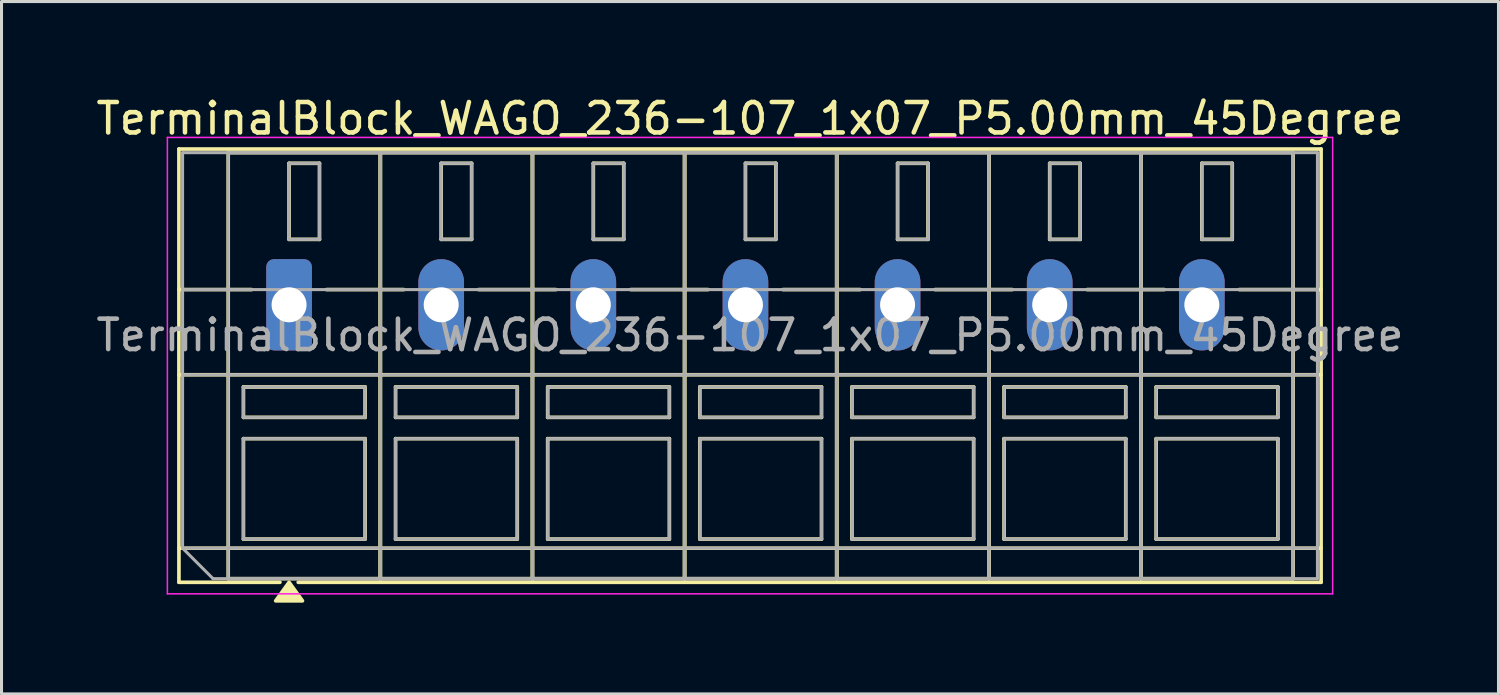
<source format=kicad_pcb>
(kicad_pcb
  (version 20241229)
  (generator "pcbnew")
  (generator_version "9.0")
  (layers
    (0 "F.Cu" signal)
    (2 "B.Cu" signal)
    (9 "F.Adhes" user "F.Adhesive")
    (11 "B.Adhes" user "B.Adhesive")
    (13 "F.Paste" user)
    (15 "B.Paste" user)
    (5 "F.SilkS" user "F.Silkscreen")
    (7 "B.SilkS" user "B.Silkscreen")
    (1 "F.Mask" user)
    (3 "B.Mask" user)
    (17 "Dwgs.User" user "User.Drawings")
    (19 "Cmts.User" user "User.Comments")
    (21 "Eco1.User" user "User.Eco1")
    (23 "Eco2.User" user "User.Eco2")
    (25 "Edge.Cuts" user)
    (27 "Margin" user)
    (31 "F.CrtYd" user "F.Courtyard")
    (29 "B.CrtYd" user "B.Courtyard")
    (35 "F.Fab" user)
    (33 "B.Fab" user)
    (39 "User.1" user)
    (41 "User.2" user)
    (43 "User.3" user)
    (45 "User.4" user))
  (footprint "TerminalBlock_WAGO_236-107_1x07_P5.00mm_45Degree"
    (layer "F.Cu")
    (at 6.451 6.968)
    (property "Reference" "TerminalBlock_WAGO_236-107_1x07_P5.00mm_45Degree" (at 15.15 -6.12 0) (layer "F.SilkS") (effects (font (size 1 1) (thickness 0.15))))
    (attr through_hole)
    (fp_line (start -3.62 -5.12) (end 33.92 -5.12) (stroke (width 0.12) (type solid)) (layer "F.SilkS"))
    (fp_line (start -3.62 -0.5) (end -1.23 -0.5) (stroke (width 0.12) (type solid)) (layer "F.SilkS"))
    (fp_line (start -3.62 2.3) (end 33.92 2.3) (stroke (width 0.12) (type solid)) (layer "F.SilkS"))
    (fp_line (start -3.62 8) (end 33.92 8) (stroke (width 0.12) (type solid)) (layer "F.SilkS"))
    (fp_line (start -3.62 9.12) (end -3.62 -5.12) (stroke (width 0.12) (type solid)) (layer "F.SilkS"))
    (fp_line (start -2 -5) (end 3 -5) (stroke (width 0.12) (type solid)) (layer "F.SilkS"))
    (fp_line (start -2 9) (end -2 -5) (stroke (width 0.12) (type solid)) (layer "F.SilkS"))
    (fp_line (start -1.5 2.7) (end 2.5 2.7) (stroke (width 0.12) (type solid)) (layer "F.SilkS"))
    (fp_line (start -1.5 3.7) (end -1.5 2.7) (stroke (width 0.12) (type solid)) (layer "F.SilkS"))
    (fp_line (start -1.5 4.4) (end 2.5 4.4) (stroke (width 0.12) (type solid)) (layer "F.SilkS"))
    (fp_line (start -1.5 7.7) (end -1.5 4.4) (stroke (width 0.12) (type solid)) (layer "F.SilkS"))
    (fp_line (start -0.3 9.12) (end -3.62 9.12) (stroke (width 0.12) (type solid)) (layer "F.SilkS"))
    (fp_line (start 0 -4.65) (end 1 -4.65) (stroke (width 0.12) (type solid)) (layer "F.SilkS"))
    (fp_line (start 0 -2.15) (end 0 -4.65) (stroke (width 0.12) (type solid)) (layer "F.SilkS"))
    (fp_line (start 1 -4.65) (end 1 -2.15) (stroke (width 0.12) (type solid)) (layer "F.SilkS"))
    (fp_line (start 1 -2.15) (end 0 -2.15) (stroke (width 0.12) (type solid)) (layer "F.SilkS"))
    (fp_line (start 1.23 -0.5) (end 3.77 -0.5) (stroke (width 0.12) (type solid)) (layer "F.SilkS"))
    (fp_line (start 2.5 2.7) (end 2.5 3.7) (stroke (width 0.12) (type solid)) (layer "F.SilkS"))
    (fp_line (start 2.5 3.7) (end -1.5 3.7) (stroke (width 0.12) (type solid)) (layer "F.SilkS"))
    (fp_line (start 2.5 4.4) (end 2.5 7.7) (stroke (width 0.12) (type solid)) (layer "F.SilkS"))
    (fp_line (start 2.5 7.7) (end -1.5 7.7) (stroke (width 0.12) (type solid)) (layer "F.SilkS"))
    (fp_line (start 3 -5) (end 3 9) (stroke (width 0.12) (type solid)) (layer "F.SilkS"))
    (fp_line (start 3 -5) (end 8 -5) (stroke (width 0.12) (type solid)) (layer "F.SilkS"))
    (fp_line (start 3 9) (end -2 9) (stroke (width 0.12) (type solid)) (layer "F.SilkS"))
    (fp_line (start 3 9) (end 3 -5) (stroke (width 0.12) (type solid)) (layer "F.SilkS"))
    (fp_line (start 3.5 2.7) (end 7.5 2.7) (stroke (width 0.12) (type solid)) (layer "F.SilkS"))
    (fp_line (start 3.5 3.7) (end 3.5 2.7) (stroke (width 0.12) (type solid)) (layer "F.SilkS"))
    (fp_line (start 3.5 4.4) (end 7.5 4.4) (stroke (width 0.12) (type solid)) (layer "F.SilkS"))
    (fp_line (start 3.5 7.7) (end 3.5 4.4) (stroke (width 0.12) (type solid)) (layer "F.SilkS"))
    (fp_line (start 5 -4.65) (end 6 -4.65) (stroke (width 0.12) (type solid)) (layer "F.SilkS"))
    (fp_line (start 5 -2.15) (end 5 -4.65) (stroke (width 0.12) (type solid)) (layer "F.SilkS"))
    (fp_line (start 6 -4.65) (end 6 -2.15) (stroke (width 0.12) (type solid)) (layer "F.SilkS"))
    (fp_line (start 6 -2.15) (end 5 -2.15) (stroke (width 0.12) (type solid)) (layer "F.SilkS"))
    (fp_line (start 6.23 -0.5) (end 8.77 -0.5) (stroke (width 0.12) (type solid)) (layer "F.SilkS"))
    (fp_line (start 7.5 2.7) (end 7.5 3.7) (stroke (width 0.12) (type solid)) (layer "F.SilkS"))
    (fp_line (start 7.5 3.7) (end 3.5 3.7) (stroke (width 0.12) (type solid)) (layer "F.SilkS"))
    (fp_line (start 7.5 4.4) (end 7.5 7.7) (stroke (width 0.12) (type solid)) (layer "F.SilkS"))
    (fp_line (start 7.5 7.7) (end 3.5 7.7) (stroke (width 0.12) (type solid)) (layer "F.SilkS"))
    (fp_line (start 8 -5) (end 8 9) (stroke (width 0.12) (type solid)) (layer "F.SilkS"))
    (fp_line (start 8 -5) (end 13 -5) (stroke (width 0.12) (type solid)) (layer "F.SilkS"))
    (fp_line (start 8 9) (end 3 9) (stroke (width 0.12) (type solid)) (layer "F.SilkS"))
    (fp_line (start 8 9) (end 8 -5) (stroke (width 0.12) (type solid)) (layer "F.SilkS"))
    (fp_line (start 8.5 2.7) (end 12.5 2.7) (stroke (width 0.12) (type solid)) (layer "F.SilkS"))
    (fp_line (start 8.5 3.7) (end 8.5 2.7) (stroke (width 0.12) (type solid)) (layer "F.SilkS"))
    (fp_line (start 8.5 4.4) (end 12.5 4.4) (stroke (width 0.12) (type solid)) (layer "F.SilkS"))
    (fp_line (start 8.5 7.7) (end 8.5 4.4) (stroke (width 0.12) (type solid)) (layer "F.SilkS"))
    (fp_line (start 10 -4.65) (end 11 -4.65) (stroke (width 0.12) (type solid)) (layer "F.SilkS"))
    (fp_line (start 10 -2.15) (end 10 -4.65) (stroke (width 0.12) (type solid)) (layer "F.SilkS"))
    (fp_line (start 11 -4.65) (end 11 -2.15) (stroke (width 0.12) (type solid)) (layer "F.SilkS"))
    (fp_line (start 11 -2.15) (end 10 -2.15) (stroke (width 0.12) (type solid)) (layer "F.SilkS"))
    (fp_line (start 11.23 -0.5) (end 13.77 -0.5) (stroke (width 0.12) (type solid)) (layer "F.SilkS"))
    (fp_line (start 12.5 2.7) (end 12.5 3.7) (stroke (width 0.12) (type solid)) (layer "F.SilkS"))
    (fp_line (start 12.5 3.7) (end 8.5 3.7) (stroke (width 0.12) (type solid)) (layer "F.SilkS"))
    (fp_line (start 12.5 4.4) (end 12.5 7.7) (stroke (width 0.12) (type solid)) (layer "F.SilkS"))
    (fp_line (start 12.5 7.7) (end 8.5 7.7) (stroke (width 0.12) (type solid)) (layer "F.SilkS"))
    (fp_line (start 13 -5) (end 13 9) (stroke (width 0.12) (type solid)) (layer "F.SilkS"))
    (fp_line (start 13 -5) (end 18 -5) (stroke (width 0.12) (type solid)) (layer "F.SilkS"))
    (fp_line (start 13 9) (end 8 9) (stroke (width 0.12) (type solid)) (layer "F.SilkS"))
    (fp_line (start 13 9) (end 13 -5) (stroke (width 0.12) (type solid)) (layer "F.SilkS"))
    (fp_line (start 13.5 2.7) (end 17.5 2.7) (stroke (width 0.12) (type solid)) (layer "F.SilkS"))
    (fp_line (start 13.5 3.7) (end 13.5 2.7) (stroke (width 0.12) (type solid)) (layer "F.SilkS"))
    (fp_line (start 13.5 4.4) (end 17.5 4.4) (stroke (width 0.12) (type solid)) (layer "F.SilkS"))
    (fp_line (start 13.5 7.7) (end 13.5 4.4) (stroke (width 0.12) (type solid)) (layer "F.SilkS"))
    (fp_line (start 15 -4.65) (end 16 -4.65) (stroke (width 0.12) (type solid)) (layer "F.SilkS"))
    (fp_line (start 15 -2.15) (end 15 -4.65) (stroke (width 0.12) (type solid)) (layer "F.SilkS"))
    (fp_line (start 16 -4.65) (end 16 -2.15) (stroke (width 0.12) (type solid)) (layer "F.SilkS"))
    (fp_line (start 16 -2.15) (end 15 -2.15) (stroke (width 0.12) (type solid)) (layer "F.SilkS"))
    (fp_line (start 16.23 -0.5) (end 18.77 -0.5) (stroke (width 0.12) (type solid)) (layer "F.SilkS"))
    (fp_line (start 17.5 2.7) (end 17.5 3.7) (stroke (width 0.12) (type solid)) (layer "F.SilkS"))
    (fp_line (start 17.5 3.7) (end 13.5 3.7) (stroke (width 0.12) (type solid)) (layer "F.SilkS"))
    (fp_line (start 17.5 4.4) (end 17.5 7.7) (stroke (width 0.12) (type solid)) (layer "F.SilkS"))
    (fp_line (start 17.5 7.7) (end 13.5 7.7) (stroke (width 0.12) (type solid)) (layer "F.SilkS"))
    (fp_line (start 18 -5) (end 18 9) (stroke (width 0.12) (type solid)) (layer "F.SilkS"))
    (fp_line (start 18 -5) (end 23 -5) (stroke (width 0.12) (type solid)) (layer "F.SilkS"))
    (fp_line (start 18 9) (end 13 9) (stroke (width 0.12) (type solid)) (layer "F.SilkS"))
    (fp_line (start 18 9) (end 18 -5) (stroke (width 0.12) (type solid)) (layer "F.SilkS"))
    (fp_line (start 18.5 2.7) (end 22.5 2.7) (stroke (width 0.12) (type solid)) (layer "F.SilkS"))
    (fp_line (start 18.5 3.7) (end 18.5 2.7) (stroke (width 0.12) (type solid)) (layer "F.SilkS"))
    (fp_line (start 18.5 4.4) (end 22.5 4.4) (stroke (width 0.12) (type solid)) (layer "F.SilkS"))
    (fp_line (start 18.5 7.7) (end 18.5 4.4) (stroke (width 0.12) (type solid)) (layer "F.SilkS"))
    (fp_line (start 20 -4.65) (end 21 -4.65) (stroke (width 0.12) (type solid)) (layer "F.SilkS"))
    (fp_line (start 20 -2.15) (end 20 -4.65) (stroke (width 0.12) (type solid)) (layer "F.SilkS"))
    (fp_line (start 21 -4.65) (end 21 -2.15) (stroke (width 0.12) (type solid)) (layer "F.SilkS"))
    (fp_line (start 21 -2.15) (end 20 -2.15) (stroke (width 0.12) (type solid)) (layer "F.SilkS"))
    (fp_line (start 21.23 -0.5) (end 23.77 -0.5) (stroke (width 0.12) (type solid)) (layer "F.SilkS"))
    (fp_line (start 22.5 2.7) (end 22.5 3.7) (stroke (width 0.12) (type solid)) (layer "F.SilkS"))
    (fp_line (start 22.5 3.7) (end 18.5 3.7) (stroke (width 0.12) (type solid)) (layer "F.SilkS"))
    (fp_line (start 22.5 4.4) (end 22.5 7.7) (stroke (width 0.12) (type solid)) (layer "F.SilkS"))
    (fp_line (start 22.5 7.7) (end 18.5 7.7) (stroke (width 0.12) (type solid)) (layer "F.SilkS"))
    (fp_line (start 23 -5) (end 23 9) (stroke (width 0.12) (type solid)) (layer "F.SilkS"))
    (fp_line (start 23 -5) (end 28 -5) (stroke (width 0.12) (type solid)) (layer "F.SilkS"))
    (fp_line (start 23 9) (end 18 9) (stroke (width 0.12) (type solid)) (layer "F.SilkS"))
    (fp_line (start 23 9) (end 23 -5) (stroke (width 0.12) (type solid)) (layer "F.SilkS"))
    (fp_line (start 23.5 2.7) (end 27.5 2.7) (stroke (width 0.12) (type solid)) (layer "F.SilkS"))
    (fp_line (start 23.5 3.7) (end 23.5 2.7) (stroke (width 0.12) (type solid)) (layer "F.SilkS"))
    (fp_line (start 23.5 4.4) (end 27.5 4.4) (stroke (width 0.12) (type solid)) (layer "F.SilkS"))
    (fp_line (start 23.5 7.7) (end 23.5 4.4) (stroke (width 0.12) (type solid)) (layer "F.SilkS"))
    (fp_line (start 25 -4.65) (end 26 -4.65) (stroke (width 0.12) (type solid)) (layer "F.SilkS"))
    (fp_line (start 25 -2.15) (end 25 -4.65) (stroke (width 0.12) (type solid)) (layer "F.SilkS"))
    (fp_line (start 26 -4.65) (end 26 -2.15) (stroke (width 0.12) (type solid)) (layer "F.SilkS"))
    (fp_line (start 26 -2.15) (end 25 -2.15) (stroke (width 0.12) (type solid)) (layer "F.SilkS"))
    (fp_line (start 26.23 -0.5) (end 28.77 -0.5) (stroke (width 0.12) (type solid)) (layer "F.SilkS"))
    (fp_line (start 27.5 2.7) (end 27.5 3.7) (stroke (width 0.12) (type solid)) (layer "F.SilkS"))
    (fp_line (start 27.5 3.7) (end 23.5 3.7) (stroke (width 0.12) (type solid)) (layer "F.SilkS"))
    (fp_line (start 27.5 4.4) (end 27.5 7.7) (stroke (width 0.12) (type solid)) (layer "F.SilkS"))
    (fp_line (start 27.5 7.7) (end 23.5 7.7) (stroke (width 0.12) (type solid)) (layer "F.SilkS"))
    (fp_line (start 28 -5) (end 28 9) (stroke (width 0.12) (type solid)) (layer "F.SilkS"))
    (fp_line (start 28 -5) (end 33 -5) (stroke (width 0.12) (type solid)) (layer "F.SilkS"))
    (fp_line (start 28 9) (end 23 9) (stroke (width 0.12) (type solid)) (layer "F.SilkS"))
    (fp_line (start 28 9) (end 28 -5) (stroke (width 0.12) (type solid)) (layer "F.SilkS"))
    (fp_line (start 28.5 2.7) (end 32.5 2.7) (stroke (width 0.12) (type solid)) (layer "F.SilkS"))
    (fp_line (start 28.5 3.7) (end 28.5 2.7) (stroke (width 0.12) (type solid)) (layer "F.SilkS"))
    (fp_line (start 28.5 4.4) (end 32.5 4.4) (stroke (width 0.12) (type solid)) (layer "F.SilkS"))
    (fp_line (start 28.5 7.7) (end 28.5 4.4) (stroke (width 0.12) (type solid)) (layer "F.SilkS"))
    (fp_line (start 30 -4.65) (end 31 -4.65) (stroke (width 0.12) (type solid)) (layer "F.SilkS"))
    (fp_line (start 30 -2.15) (end 30 -4.65) (stroke (width 0.12) (type solid)) (layer "F.SilkS"))
    (fp_line (start 31 -4.65) (end 31 -2.15) (stroke (width 0.12) (type solid)) (layer "F.SilkS"))
    (fp_line (start 31 -2.15) (end 30 -2.15) (stroke (width 0.12) (type solid)) (layer "F.SilkS"))
    (fp_line (start 31.23 -0.5) (end 33.92 -0.5) (stroke (width 0.12) (type solid)) (layer "F.SilkS"))
    (fp_line (start 32.5 2.7) (end 32.5 3.7) (stroke (width 0.12) (type solid)) (layer "F.SilkS"))
    (fp_line (start 32.5 3.7) (end 28.5 3.7) (stroke (width 0.12) (type solid)) (layer "F.SilkS"))
    (fp_line (start 32.5 4.4) (end 32.5 7.7) (stroke (width 0.12) (type solid)) (layer "F.SilkS"))
    (fp_line (start 32.5 7.7) (end 28.5 7.7) (stroke (width 0.12) (type solid)) (layer "F.SilkS"))
    (fp_line (start 33 -5) (end 33 9) (stroke (width 0.12) (type solid)) (layer "F.SilkS"))
    (fp_line (start 33 9) (end 28 9) (stroke (width 0.12) (type solid)) (layer "F.SilkS"))
    (fp_line (start 33.92 -5.12) (end 33.92 9.12) (stroke (width 0.12) (type solid)) (layer "F.SilkS"))
    (fp_line (start 33.92 9.12) (end 0.3 9.12) (stroke (width 0.12) (type solid)) (layer "F.SilkS"))
    (fp_poly (pts (xy 0 9.12) (xy 0.44 9.73) (xy -0.44 9.73)) (stroke (width 0.12) (type solid)) (fill yes) (layer "F.SilkS"))
    (fp_line (start -4 -5.5) (end -4 9.5) (stroke (width 0.05) (type solid)) (layer "F.CrtYd"))
    (fp_line (start -4 9.5) (end 34.3 9.5) (stroke (width 0.05) (type solid)) (layer "F.CrtYd"))
    (fp_line (start 34.3 -5.5) (end -4 -5.5) (stroke (width 0.05) (type solid)) (layer "F.CrtYd"))
    (fp_line (start 34.3 9.5) (end 34.3 -5.5) (stroke (width 0.05) (type solid)) (layer "F.CrtYd"))
    (fp_line (start -3.5 -5) (end 33.8 -5) (stroke (width 0.1) (type solid)) (layer "F.Fab"))
    (fp_line (start -3.5 -0.5) (end 33.8 -0.5) (stroke (width 0.1) (type solid)) (layer "F.Fab"))
    (fp_line (start -3.5 2.3) (end 33.8 2.3) (stroke (width 0.1) (type solid)) (layer "F.Fab"))
    (fp_line (start -3.5 8) (end -3.5 -5) (stroke (width 0.1) (type solid)) (layer "F.Fab"))
    (fp_line (start -3.5 8) (end 33.8 8) (stroke (width 0.1) (type solid)) (layer "F.Fab"))
    (fp_line (start -2.5 9) (end -3.5 8) (stroke (width 0.1) (type solid)) (layer "F.Fab"))
    (fp_line (start -2 -5) (end -2 9) (stroke (width 0.1) (type solid)) (layer "F.Fab"))
    (fp_line (start -2 9) (end 3 9) (stroke (width 0.1) (type solid)) (layer "F.Fab"))
    (fp_line (start -1.5 2.7) (end -1.5 3.7) (stroke (width 0.1) (type solid)) (layer "F.Fab"))
    (fp_line (start -1.5 3.7) (end 2.5 3.7) (stroke (width 0.1) (type solid)) (layer "F.Fab"))
    (fp_line (start -1.5 4.4) (end -1.5 7.7) (stroke (width 0.1) (type solid)) (layer "F.Fab"))
    (fp_line (start -1.5 7.7) (end 2.5 7.7) (stroke (width 0.1) (type solid)) (layer "F.Fab"))
    (fp_line (start 0 -4.65) (end 0 -2.15) (stroke (width 0.1) (type solid)) (layer "F.Fab"))
    (fp_line (start 0 -2.15) (end 1 -2.15) (stroke (width 0.1) (type solid)) (layer "F.Fab"))
    (fp_line (start 1 -4.65) (end 0 -4.65) (stroke (width 0.1) (type solid)) (layer "F.Fab"))
    (fp_line (start 1 -2.15) (end 1 -4.65) (stroke (width 0.1) (type solid)) (layer "F.Fab"))
    (fp_line (start 2.5 2.7) (end -1.5 2.7) (stroke (width 0.1) (type solid)) (layer "F.Fab"))
    (fp_line (start 2.5 3.7) (end 2.5 2.7) (stroke (width 0.1) (type solid)) (layer "F.Fab"))
    (fp_line (start 2.5 4.4) (end -1.5 4.4) (stroke (width 0.1) (type solid)) (layer "F.Fab"))
    (fp_line (start 2.5 7.7) (end 2.5 4.4) (stroke (width 0.1) (type solid)) (layer "F.Fab"))
    (fp_line (start 3 -5) (end -2 -5) (stroke (width 0.1) (type solid)) (layer "F.Fab"))
    (fp_line (start 3 -5) (end 3 9) (stroke (width 0.1) (type solid)) (layer "F.Fab"))
    (fp_line (start 3 9) (end 3 -5) (stroke (width 0.1) (type solid)) (layer "F.Fab"))
    (fp_line (start 3 9) (end 8 9) (stroke (width 0.1) (type solid)) (layer "F.Fab"))
    (fp_line (start 3.5 2.7) (end 3.5 3.7) (stroke (width 0.1) (type solid)) (layer "F.Fab"))
    (fp_line (start 3.5 3.7) (end 7.5 3.7) (stroke (width 0.1) (type solid)) (layer "F.Fab"))
    (fp_line (start 3.5 4.4) (end 3.5 7.7) (stroke (width 0.1) (type solid)) (layer "F.Fab"))
    (fp_line (start 3.5 7.7) (end 7.5 7.7) (stroke (width 0.1) (type solid)) (layer "F.Fab"))
    (fp_line (start 5 -4.65) (end 5 -2.15) (stroke (width 0.1) (type solid)) (layer "F.Fab"))
    (fp_line (start 5 -2.15) (end 6 -2.15) (stroke (width 0.1) (type solid)) (layer "F.Fab"))
    (fp_line (start 6 -4.65) (end 5 -4.65) (stroke (width 0.1) (type solid)) (layer "F.Fab"))
    (fp_line (start 6 -2.15) (end 6 -4.65) (stroke (width 0.1) (type solid)) (layer "F.Fab"))
    (fp_line (start 7.5 2.7) (end 3.5 2.7) (stroke (width 0.1) (type solid)) (layer "F.Fab"))
    (fp_line (start 7.5 3.7) (end 7.5 2.7) (stroke (width 0.1) (type solid)) (layer "F.Fab"))
    (fp_line (start 7.5 4.4) (end 3.5 4.4) (stroke (width 0.1) (type solid)) (layer "F.Fab"))
    (fp_line (start 7.5 7.7) (end 7.5 4.4) (stroke (width 0.1) (type solid)) (layer "F.Fab"))
    (fp_line (start 8 -5) (end 3 -5) (stroke (width 0.1) (type solid)) (layer "F.Fab"))
    (fp_line (start 8 -5) (end 8 9) (stroke (width 0.1) (type solid)) (layer "F.Fab"))
    (fp_line (start 8 9) (end 8 -5) (stroke (width 0.1) (type solid)) (layer "F.Fab"))
    (fp_line (start 8 9) (end 13 9) (stroke (width 0.1) (type solid)) (layer "F.Fab"))
    (fp_line (start 8.5 2.7) (end 8.5 3.7) (stroke (width 0.1) (type solid)) (layer "F.Fab"))
    (fp_line (start 8.5 3.7) (end 12.5 3.7) (stroke (width 0.1) (type solid)) (layer "F.Fab"))
    (fp_line (start 8.5 4.4) (end 8.5 7.7) (stroke (width 0.1) (type solid)) (layer "F.Fab"))
    (fp_line (start 8.5 7.7) (end 12.5 7.7) (stroke (width 0.1) (type solid)) (layer "F.Fab"))
    (fp_line (start 10 -4.65) (end 10 -2.15) (stroke (width 0.1) (type solid)) (layer "F.Fab"))
    (fp_line (start 10 -2.15) (end 11 -2.15) (stroke (width 0.1) (type solid)) (layer "F.Fab"))
    (fp_line (start 11 -4.65) (end 10 -4.65) (stroke (width 0.1) (type solid)) (layer "F.Fab"))
    (fp_line (start 11 -2.15) (end 11 -4.65) (stroke (width 0.1) (type solid)) (layer "F.Fab"))
    (fp_line (start 12.5 2.7) (end 8.5 2.7) (stroke (width 0.1) (type solid)) (layer "F.Fab"))
    (fp_line (start 12.5 3.7) (end 12.5 2.7) (stroke (width 0.1) (type solid)) (layer "F.Fab"))
    (fp_line (start 12.5 4.4) (end 8.5 4.4) (stroke (width 0.1) (type solid)) (layer "F.Fab"))
    (fp_line (start 12.5 7.7) (end 12.5 4.4) (stroke (width 0.1) (type solid)) (layer "F.Fab"))
    (fp_line (start 13 -5) (end 8 -5) (stroke (width 0.1) (type solid)) (layer "F.Fab"))
    (fp_line (start 13 -5) (end 13 9) (stroke (width 0.1) (type solid)) (layer "F.Fab"))
    (fp_line (start 13 9) (end 13 -5) (stroke (width 0.1) (type solid)) (layer "F.Fab"))
    (fp_line (start 13 9) (end 18 9) (stroke (width 0.1) (type solid)) (layer "F.Fab"))
    (fp_line (start 13.5 2.7) (end 13.5 3.7) (stroke (width 0.1) (type solid)) (layer "F.Fab"))
    (fp_line (start 13.5 3.7) (end 17.5 3.7) (stroke (width 0.1) (type solid)) (layer "F.Fab"))
    (fp_line (start 13.5 4.4) (end 13.5 7.7) (stroke (width 0.1) (type solid)) (layer "F.Fab"))
    (fp_line (start 13.5 7.7) (end 17.5 7.7) (stroke (width 0.1) (type solid)) (layer "F.Fab"))
    (fp_line (start 15 -4.65) (end 15 -2.15) (stroke (width 0.1) (type solid)) (layer "F.Fab"))
    (fp_line (start 15 -2.15) (end 16 -2.15) (stroke (width 0.1) (type solid)) (layer "F.Fab"))
    (fp_line (start 16 -4.65) (end 15 -4.65) (stroke (width 0.1) (type solid)) (layer "F.Fab"))
    (fp_line (start 16 -2.15) (end 16 -4.65) (stroke (width 0.1) (type solid)) (layer "F.Fab"))
    (fp_line (start 17.5 2.7) (end 13.5 2.7) (stroke (width 0.1) (type solid)) (layer "F.Fab"))
    (fp_line (start 17.5 3.7) (end 17.5 2.7) (stroke (width 0.1) (type solid)) (layer "F.Fab"))
    (fp_line (start 17.5 4.4) (end 13.5 4.4) (stroke (width 0.1) (type solid)) (layer "F.Fab"))
    (fp_line (start 17.5 7.7) (end 17.5 4.4) (stroke (width 0.1) (type solid)) (layer "F.Fab"))
    (fp_line (start 18 -5) (end 13 -5) (stroke (width 0.1) (type solid)) (layer "F.Fab"))
    (fp_line (start 18 -5) (end 18 9) (stroke (width 0.1) (type solid)) (layer "F.Fab"))
    (fp_line (start 18 9) (end 18 -5) (stroke (width 0.1) (type solid)) (layer "F.Fab"))
    (fp_line (start 18 9) (end 23 9) (stroke (width 0.1) (type solid)) (layer "F.Fab"))
    (fp_line (start 18.5 2.7) (end 18.5 3.7) (stroke (width 0.1) (type solid)) (layer "F.Fab"))
    (fp_line (start 18.5 3.7) (end 22.5 3.7) (stroke (width 0.1) (type solid)) (layer "F.Fab"))
    (fp_line (start 18.5 4.4) (end 18.5 7.7) (stroke (width 0.1) (type solid)) (layer "F.Fab"))
    (fp_line (start 18.5 7.7) (end 22.5 7.7) (stroke (width 0.1) (type solid)) (layer "F.Fab"))
    (fp_line (start 20 -4.65) (end 20 -2.15) (stroke (width 0.1) (type solid)) (layer "F.Fab"))
    (fp_line (start 20 -2.15) (end 21 -2.15) (stroke (width 0.1) (type solid)) (layer "F.Fab"))
    (fp_line (start 21 -4.65) (end 20 -4.65) (stroke (width 0.1) (type solid)) (layer "F.Fab"))
    (fp_line (start 21 -2.15) (end 21 -4.65) (stroke (width 0.1) (type solid)) (layer "F.Fab"))
    (fp_line (start 22.5 2.7) (end 18.5 2.7) (stroke (width 0.1) (type solid)) (layer "F.Fab"))
    (fp_line (start 22.5 3.7) (end 22.5 2.7) (stroke (width 0.1) (type solid)) (layer "F.Fab"))
    (fp_line (start 22.5 4.4) (end 18.5 4.4) (stroke (width 0.1) (type solid)) (layer "F.Fab"))
    (fp_line (start 22.5 7.7) (end 22.5 4.4) (stroke (width 0.1) (type solid)) (layer "F.Fab"))
    (fp_line (start 23 -5) (end 18 -5) (stroke (width 0.1) (type solid)) (layer "F.Fab"))
    (fp_line (start 23 -5) (end 23 9) (stroke (width 0.1) (type solid)) (layer "F.Fab"))
    (fp_line (start 23 9) (end 23 -5) (stroke (width 0.1) (type solid)) (layer "F.Fab"))
    (fp_line (start 23 9) (end 28 9) (stroke (width 0.1) (type solid)) (layer "F.Fab"))
    (fp_line (start 23.5 2.7) (end 23.5 3.7) (stroke (width 0.1) (type solid)) (layer "F.Fab"))
    (fp_line (start 23.5 3.7) (end 27.5 3.7) (stroke (width 0.1) (type solid)) (layer "F.Fab"))
    (fp_line (start 23.5 4.4) (end 23.5 7.7) (stroke (width 0.1) (type solid)) (layer "F.Fab"))
    (fp_line (start 23.5 7.7) (end 27.5 7.7) (stroke (width 0.1) (type solid)) (layer "F.Fab"))
    (fp_line (start 25 -4.65) (end 25 -2.15) (stroke (width 0.1) (type solid)) (layer "F.Fab"))
    (fp_line (start 25 -2.15) (end 26 -2.15) (stroke (width 0.1) (type solid)) (layer "F.Fab"))
    (fp_line (start 26 -4.65) (end 25 -4.65) (stroke (width 0.1) (type solid)) (layer "F.Fab"))
    (fp_line (start 26 -2.15) (end 26 -4.65) (stroke (width 0.1) (type solid)) (layer "F.Fab"))
    (fp_line (start 27.5 2.7) (end 23.5 2.7) (stroke (width 0.1) (type solid)) (layer "F.Fab"))
    (fp_line (start 27.5 3.7) (end 27.5 2.7) (stroke (width 0.1) (type solid)) (layer "F.Fab"))
    (fp_line (start 27.5 4.4) (end 23.5 4.4) (stroke (width 0.1) (type solid)) (layer "F.Fab"))
    (fp_line (start 27.5 7.7) (end 27.5 4.4) (stroke (width 0.1) (type solid)) (layer "F.Fab"))
    (fp_line (start 28 -5) (end 23 -5) (stroke (width 0.1) (type solid)) (layer "F.Fab"))
    (fp_line (start 28 -5) (end 28 9) (stroke (width 0.1) (type solid)) (layer "F.Fab"))
    (fp_line (start 28 9) (end 28 -5) (stroke (width 0.1) (type solid)) (layer "F.Fab"))
    (fp_line (start 28 9) (end 33 9) (stroke (width 0.1) (type solid)) (layer "F.Fab"))
    (fp_line (start 28.5 2.7) (end 28.5 3.7) (stroke (width 0.1) (type solid)) (layer "F.Fab"))
    (fp_line (start 28.5 3.7) (end 32.5 3.7) (stroke (width 0.1) (type solid)) (layer "F.Fab"))
    (fp_line (start 28.5 4.4) (end 28.5 7.7) (stroke (width 0.1) (type solid)) (layer "F.Fab"))
    (fp_line (start 28.5 7.7) (end 32.5 7.7) (stroke (width 0.1) (type solid)) (layer "F.Fab"))
    (fp_line (start 30 -4.65) (end 30 -2.15) (stroke (width 0.1) (type solid)) (layer "F.Fab"))
    (fp_line (start 30 -2.15) (end 31 -2.15) (stroke (width 0.1) (type solid)) (layer "F.Fab"))
    (fp_line (start 31 -4.65) (end 30 -4.65) (stroke (width 0.1) (type solid)) (layer "F.Fab"))
    (fp_line (start 31 -2.15) (end 31 -4.65) (stroke (width 0.1) (type solid)) (layer "F.Fab"))
    (fp_line (start 32.5 2.7) (end 28.5 2.7) (stroke (width 0.1) (type solid)) (layer "F.Fab"))
    (fp_line (start 32.5 3.7) (end 32.5 2.7) (stroke (width 0.1) (type solid)) (layer "F.Fab"))
    (fp_line (start 32.5 4.4) (end 28.5 4.4) (stroke (width 0.1) (type solid)) (layer "F.Fab"))
    (fp_line (start 32.5 7.7) (end 32.5 4.4) (stroke (width 0.1) (type solid)) (layer "F.Fab"))
    (fp_line (start 33 -5) (end 28 -5) (stroke (width 0.1) (type solid)) (layer "F.Fab"))
    (fp_line (start 33 9) (end 33 -5) (stroke (width 0.1) (type solid)) (layer "F.Fab"))
    (fp_line (start 33.8 -5) (end 33.8 9) (stroke (width 0.1) (type solid)) (layer "F.Fab"))
    (fp_line (start 33.8 9) (end -2.5 9) (stroke (width 0.1) (type solid)) (layer "F.Fab"))
    (fp_text user "${REFERENCE}" (at 15.15 1 0) (layer "F.Fab") (effects (font (size 1 1) (thickness 0.15))))
    (pad "1" thru_hole roundrect (at 0 0) (size 1.5 3) (drill 1.15) (layers "*.Cu" "*.Mask") (roundrect_rratio 0.167))
    (pad "2" thru_hole oval (at 5 0) (size 1.5 3) (drill 1.15) (layers "*.Cu" "*.Mask"))
    (pad "3" thru_hole oval (at 10 0) (size 1.5 3) (drill 1.15) (layers "*.Cu" "*.Mask"))
    (pad "4" thru_hole oval (at 15 0) (size 1.5 3) (drill 1.15) (layers "*.Cu" "*.Mask"))
    (pad "5" thru_hole oval (at 20 0) (size 1.5 3) (drill 1.15) (layers "*.Cu" "*.Mask"))
    (pad "6" thru_hole oval (at 25 0) (size 1.5 3) (drill 1.15) (layers "*.Cu" "*.Mask"))
    (pad "7" thru_hole oval (at 30 0) (size 1.5 3) (drill 1.15) (layers "*.Cu" "*.Mask")))
  (gr_rect
    (start -3 -3)
    (end 46.202 19.758)
    (stroke (width 0.1) (type default))
    (fill no)
    (layer "Edge.Cuts")))
</source>
